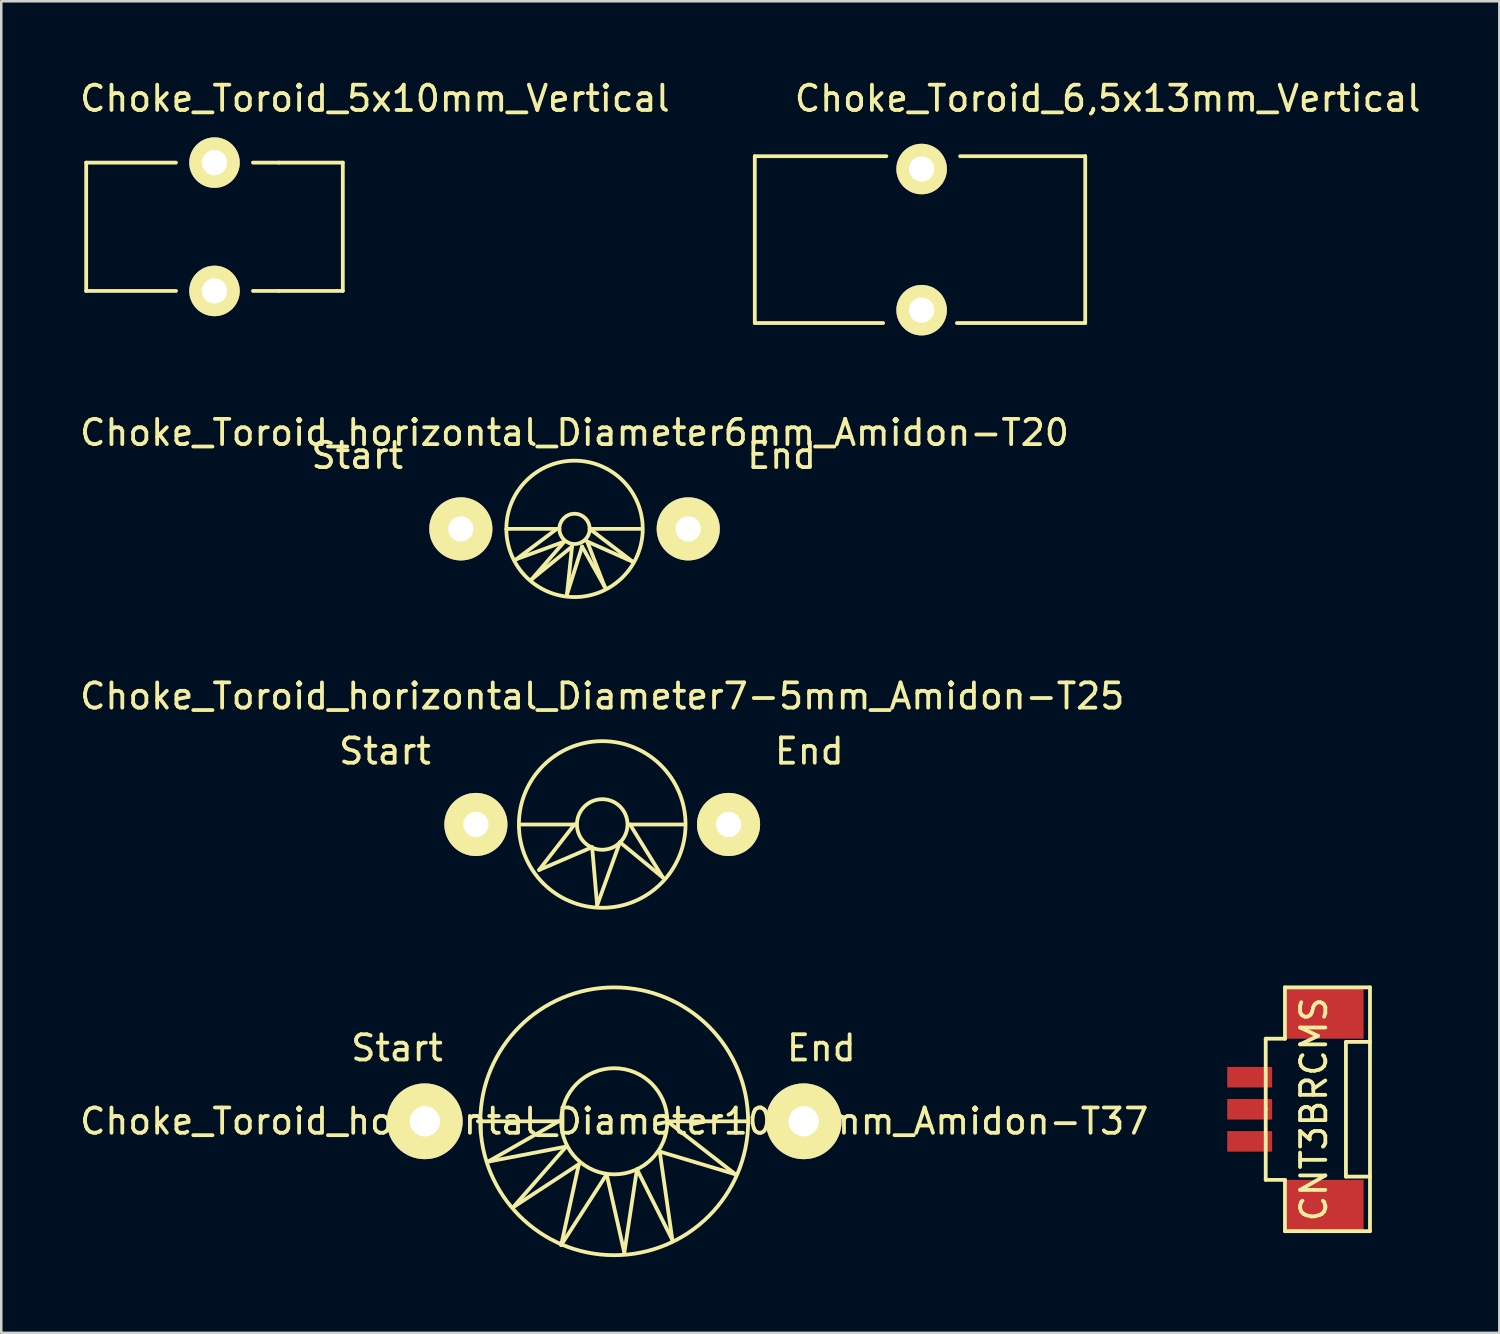
<source format=kicad_pcb>
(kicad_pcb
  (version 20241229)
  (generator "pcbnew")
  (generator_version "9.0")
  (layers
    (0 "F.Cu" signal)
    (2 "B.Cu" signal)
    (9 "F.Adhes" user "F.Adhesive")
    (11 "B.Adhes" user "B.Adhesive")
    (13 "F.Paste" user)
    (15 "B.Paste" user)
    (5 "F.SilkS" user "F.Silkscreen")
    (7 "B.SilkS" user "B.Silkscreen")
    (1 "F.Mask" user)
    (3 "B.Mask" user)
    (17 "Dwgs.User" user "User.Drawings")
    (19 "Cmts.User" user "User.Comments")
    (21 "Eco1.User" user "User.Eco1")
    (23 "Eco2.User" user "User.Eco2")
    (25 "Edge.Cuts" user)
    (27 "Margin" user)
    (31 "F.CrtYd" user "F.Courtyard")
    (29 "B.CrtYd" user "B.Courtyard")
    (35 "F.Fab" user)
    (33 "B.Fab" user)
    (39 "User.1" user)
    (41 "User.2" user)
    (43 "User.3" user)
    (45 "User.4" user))
  (footprint "Choke_Toroid_6,5x13mm_Vertical"
    (layer "F.Cu")
    (at 26.833 9.738)
    (property "Reference" "Choke_Toroid_6,5x13mm_Vertical" (at 13.97 -8.89 0) (layer "F.SilkS") (effects (font (size 1 1) (thickness 0.15))))
    (attr through_hole)
    (fp_line (start 0 -6.604) (end 0 0) (stroke (width 0.15) (type solid)) (layer "F.SilkS"))
    (fp_line (start 0 -6.604) (end 5.207 -6.604) (stroke (width 0.15) (type solid)) (layer "F.SilkS"))
    (fp_line (start 0 0) (end 5.08 0) (stroke (width 0.15) (type solid)) (layer "F.SilkS"))
    (fp_line (start 13.081 -6.604) (end 8.128 -6.604) (stroke (width 0.15) (type solid)) (layer "F.SilkS"))
    (fp_line (start 13.081 0) (end 8.001 0) (stroke (width 0.15) (type solid)) (layer "F.SilkS"))
    (fp_line (start 13.081 0) (end 13.081 -6.604) (stroke (width 0.15) (type solid)) (layer "F.SilkS"))
    (pad "1" thru_hole circle (at 6.604 -0.508) (size 1.999 1.999) (drill 1.001) (layers "*.Cu" "*.Mask" "F.SilkS"))
    (pad "2" thru_hole circle (at 6.604 -6.096) (size 1.999 1.999) (drill 1.001) (layers "*.Cu" "*.Mask" "F.SilkS")))
  (footprint "Choke_Toroid_horizontal_Diameter7-5mm_Amidon-T25"
    (layer "F.Cu")
    (at 20.792 29.591)
    (property "Reference" "Choke_Toroid_horizontal_Diameter7-5mm_Amidon-T25" (at 0 -5.08 0) (layer "F.SilkS") (effects (font (size 1 1) (thickness 0.15))))
    (attr through_hole)
    (fp_line (start -3.2 0) (end -1.1 0) (stroke (width 0.15) (type solid)) (layer "F.SilkS"))
    (fp_line (start -2.499 1.801) (end -0.399 0.899) (stroke (width 0.15) (type solid)) (layer "F.SilkS"))
    (fp_line (start -1.1 0) (end -2.499 1.801) (stroke (width 0.15) (type solid)) (layer "F.SilkS"))
    (fp_line (start -0.399 0.899) (end -0.201 3.2) (stroke (width 0.15) (type solid)) (layer "F.SilkS"))
    (fp_line (start -0.201 3.2) (end 0.701 0.701) (stroke (width 0.15) (type solid)) (layer "F.SilkS"))
    (fp_line (start 0.701 0.701) (end 2.4 2.101) (stroke (width 0.15) (type solid)) (layer "F.SilkS"))
    (fp_line (start 1.1 0) (end 3.2 0) (stroke (width 0.15) (type solid)) (layer "F.SilkS"))
    (fp_line (start 2.4 2.101) (end 1.1 0) (stroke (width 0.15) (type solid)) (layer "F.SilkS"))
    (fp_circle (center 0 0) (end 1.001 0) (stroke (width 0.15) (type solid)) (fill no) (layer "F.SilkS"))
    (fp_circle (center 0 0) (end 3.299 0) (stroke (width 0.15) (type solid)) (fill no) (layer "F.SilkS"))
    (fp_text user "End" (at 8.199 -2.901 0) (layer "F.SilkS") (effects (font (size 1 1) (thickness 0.15))))
    (fp_text user "Start" (at -8.6 -2.901 0) (layer "F.SilkS") (effects (font (size 1 1) (thickness 0.15))))
    (pad "1" thru_hole circle (at -5.001 0) (size 2.499 2.499) (drill 1.001) (layers "*.Cu" "*.Mask" "F.SilkS"))
    (pad "2" thru_hole circle (at 5.001 0) (size 2.499 2.499) (drill 1.001) (layers "*.Cu" "*.Mask" "F.SilkS")))
  (footprint "Choke_Toroid_horizontal_Diameter6mm_Amidon-T20"
    (layer "F.Cu")
    (at 19.696 17.888)
    (property "Reference" "Choke_Toroid_horizontal_Diameter6mm_Amidon-T20" (at 0 -3.81 0) (layer "F.SilkS") (effects (font (size 1 1) (thickness 0.15))))
    (attr through_hole)
    (fp_line (start -2.7 0) (end -0.599 0) (stroke (width 0.15) (type solid)) (layer "F.SilkS"))
    (fp_line (start -2.301 1.199) (end -0.399 0.5) (stroke (width 0.15) (type solid)) (layer "F.SilkS"))
    (fp_line (start -1.699 1.999) (end -0.099 0.701) (stroke (width 0.15) (type solid)) (layer "F.SilkS"))
    (fp_line (start -0.701 0) (end -2.301 1.199) (stroke (width 0.15) (type solid)) (layer "F.SilkS"))
    (fp_line (start -0.399 0.5) (end -1.699 1.999) (stroke (width 0.15) (type solid)) (layer "F.SilkS"))
    (fp_line (start -0.3 2.601) (end 0.3 0.701) (stroke (width 0.15) (type solid)) (layer "F.SilkS"))
    (fp_line (start -0.099 0.701) (end -0.3 2.601) (stroke (width 0.15) (type solid)) (layer "F.SilkS"))
    (fp_line (start 0.3 0.701) (end 1.199 2.301) (stroke (width 0.15) (type solid)) (layer "F.SilkS"))
    (fp_line (start 0.5 0.5) (end 2.301 1.3) (stroke (width 0.15) (type solid)) (layer "F.SilkS"))
    (fp_line (start 0.599 0) (end 2.601 0) (stroke (width 0.15) (type solid)) (layer "F.SilkS"))
    (fp_line (start 1.199 2.301) (end 0.5 0.5) (stroke (width 0.15) (type solid)) (layer "F.SilkS"))
    (fp_line (start 2.301 1.3) (end 0.599 0) (stroke (width 0.15) (type solid)) (layer "F.SilkS"))
    (fp_circle (center 0 0) (end 0.599 0) (stroke (width 0.15) (type solid)) (fill no) (layer "F.SilkS"))
    (fp_circle (center 0 0) (end 2.7 0) (stroke (width 0.15) (type solid)) (fill no) (layer "F.SilkS"))
    (fp_text user "End" (at 8.199 -2.901 0) (layer "F.SilkS") (effects (font (size 1 1) (thickness 0.15))))
    (fp_text user "Start" (at -8.6 -2.901 0) (layer "F.SilkS") (effects (font (size 1 1) (thickness 0.15))))
    (pad "1" thru_hole circle (at -4.501 0) (size 2.499 2.499) (drill 1.001) (layers "*.Cu" "*.Mask" "F.SilkS"))
    (pad "2" thru_hole circle (at 4.501 0) (size 2.499 2.499) (drill 1.001) (layers "*.Cu" "*.Mask" "F.SilkS")))
  (footprint "CNT3BRCMS"
    (layer "F.Cu")
    (at 46.425 40.867)
    (property "Reference" "CNT3BRCMS" (at 2.54 0 90) (layer "F.SilkS") (effects (font (size 1 1) (thickness 0.15))))
    (attr smd)
    (fp_line (start 0.635 -2.794) (end 1.397 -2.794) (stroke (width 0.15) (type solid)) (layer "F.SilkS"))
    (fp_line (start 0.635 0) (end 0.635 -2.794) (stroke (width 0.15) (type solid)) (layer "F.SilkS"))
    (fp_line (start 0.635 2.794) (end 0.635 0) (stroke (width 0.15) (type solid)) (layer "F.SilkS"))
    (fp_line (start 1.397 -4.826) (end 4.763 -4.826) (stroke (width 0.15) (type solid)) (layer "F.SilkS"))
    (fp_line (start 1.397 -2.794) (end 1.397 -4.826) (stroke (width 0.15) (type solid)) (layer "F.SilkS"))
    (fp_line (start 1.397 2.794) (end 0.635 2.794) (stroke (width 0.15) (type solid)) (layer "F.SilkS"))
    (fp_line (start 1.397 4.826) (end 1.397 2.794) (stroke (width 0.15) (type solid)) (layer "F.SilkS"))
    (fp_line (start 3.81 -2.667) (end 3.81 2.667) (stroke (width 0.15) (type solid)) (layer "F.SilkS"))
    (fp_line (start 3.81 2.667) (end 4.763 2.667) (stroke (width 0.15) (type solid)) (layer "F.SilkS"))
    (fp_line (start 4.763 -4.826) (end 4.763 4.826) (stroke (width 0.15) (type solid)) (layer "F.SilkS"))
    (fp_line (start 4.763 -2.667) (end 3.81 -2.667) (stroke (width 0.15) (type solid)) (layer "F.SilkS"))
    (fp_line (start 4.763 4.826) (end 1.397 4.826) (stroke (width 0.15) (type solid)) (layer "F.SilkS"))
    (pad "" smd rect (at 2.985 -3.81) (size 3.048 2.032) (layers "F.Cu" "F.Mask" "F.Paste"))
    (pad "" smd rect (at 2.985 3.81) (size 3.048 2.032) (layers "F.Cu" "F.Mask" "F.Paste"))
    (pad "1" smd rect (at 0 -1.27) (size 1.778 0.813) (layers "F.Cu" "F.Mask" "F.Paste"))
    (pad "2" smd rect (at 0 0) (size 1.778 0.813) (layers "F.Cu" "F.Mask" "F.Paste"))
    (pad "3" smd rect (at 0 1.27) (size 1.778 0.813) (layers "F.Cu" "F.Mask" "F.Paste")))
  (footprint "Choke_Toroid_5x10mm_Vertical"
    (layer "F.Cu")
    (at 0.362 8.468)
    (property "Reference" "Choke_Toroid_5x10mm_Vertical" (at 11.43 -7.62 0) (layer "F.SilkS") (effects (font (size 1 1) (thickness 0.15))))
    (attr through_hole)
    (fp_line (start 0 -5.08) (end 0 0) (stroke (width 0.15) (type solid)) (layer "F.SilkS"))
    (fp_line (start 0 -5.08) (end 3.556 -5.08) (stroke (width 0.15) (type solid)) (layer "F.SilkS"))
    (fp_line (start 0 0) (end 3.556 0) (stroke (width 0.15) (type solid)) (layer "F.SilkS"))
    (fp_line (start 7.62 -5.08) (end 6.604 -5.08) (stroke (width 0.15) (type solid)) (layer "F.SilkS"))
    (fp_line (start 7.62 0) (end 6.604 0) (stroke (width 0.15) (type solid)) (layer "F.SilkS"))
    (fp_line (start 10.16 -5.08) (end 7.62 -5.08) (stroke (width 0.15) (type solid)) (layer "F.SilkS"))
    (fp_line (start 10.16 0) (end 7.62 0) (stroke (width 0.15) (type solid)) (layer "F.SilkS"))
    (fp_line (start 10.16 0) (end 10.16 -5.08) (stroke (width 0.15) (type solid)) (layer "F.SilkS"))
    (pad "1" thru_hole circle (at 5.08 0) (size 1.999 1.999) (drill 1.001) (layers "*.Cu" "*.Mask" "F.SilkS"))
    (pad "2" thru_hole circle (at 5.08 -5.08) (size 1.999 1.999) (drill 1.001) (layers "*.Cu" "*.Mask" "F.SilkS")))
  (footprint "Choke_Toroid_horizontal_Diameter10-5mm_Amidon-T37"
    (layer "F.Cu")
    (at 21.268 41.342)
    (property "Reference" "Choke_Toroid_horizontal_Diameter10-5mm_Amidon-T37" (at 0 0 0) (layer "F.SilkS") (effects (font (size 1 1) (thickness 0.15))))
    (attr through_hole)
    (fp_line (start -5.4 0) (end -2.2 0) (stroke (width 0.15) (type solid)) (layer "F.SilkS"))
    (fp_line (start -5.001 1.6) (end -1.9 1.001) (stroke (width 0.15) (type solid)) (layer "F.SilkS"))
    (fp_line (start -4 3.401) (end -1.4 1.699) (stroke (width 0.15) (type solid)) (layer "F.SilkS"))
    (fp_line (start -2.2 0) (end -5.001 1.6) (stroke (width 0.15) (type solid)) (layer "F.SilkS"))
    (fp_line (start -2.101 4.9) (end -0.3 2.101) (stroke (width 0.15) (type solid)) (layer "F.SilkS"))
    (fp_line (start -1.9 1.001) (end -4 3.401) (stroke (width 0.15) (type solid)) (layer "F.SilkS"))
    (fp_line (start -1.4 1.699) (end -2.101 4.9) (stroke (width 0.15) (type solid)) (layer "F.SilkS"))
    (fp_line (start -0.3 2.101) (end 0.399 5.199) (stroke (width 0.15) (type solid)) (layer "F.SilkS"))
    (fp_line (start 0.399 5.199) (end 0.899 1.9) (stroke (width 0.15) (type solid)) (layer "F.SilkS"))
    (fp_line (start 0.899 1.9) (end 2.301 4.699) (stroke (width 0.15) (type solid)) (layer "F.SilkS"))
    (fp_line (start 1.801 1.199) (end 4.801 2.101) (stroke (width 0.15) (type solid)) (layer "F.SilkS"))
    (fp_line (start 2.101 0) (end 5.301 0) (stroke (width 0.15) (type solid)) (layer "F.SilkS"))
    (fp_line (start 2.301 4.699) (end 1.801 1.199) (stroke (width 0.15) (type solid)) (layer "F.SilkS"))
    (fp_line (start 4.801 2.101) (end 2.101 0) (stroke (width 0.15) (type solid)) (layer "F.SilkS"))
    (fp_circle (center 0 0) (end 2.101 0) (stroke (width 0.15) (type solid)) (fill no) (layer "F.SilkS"))
    (fp_circle (center 0 0) (end 5.301 0) (stroke (width 0.15) (type solid)) (fill no) (layer "F.SilkS"))
    (fp_text user "End" (at 8.199 -2.901 0) (layer "F.SilkS") (effects (font (size 1 1) (thickness 0.15))))
    (fp_text user "Start" (at -8.6 -2.901 0) (layer "F.SilkS") (effects (font (size 1 1) (thickness 0.15))))
    (pad "1" thru_hole circle (at -7.501 0) (size 3 3) (drill 1.199) (layers "*.Cu" "*.Mask" "F.SilkS"))
    (pad "2" thru_hole circle (at 7.501 0) (size 3 3) (drill 1.199) (layers "*.Cu" "*.Mask" "F.SilkS")))
  (gr_rect
    (start -3 -3)
    (end 56.309 49.718)
    (stroke (width 0.1) (type default))
    (fill no)
    (layer "Edge.Cuts")))
</source>
